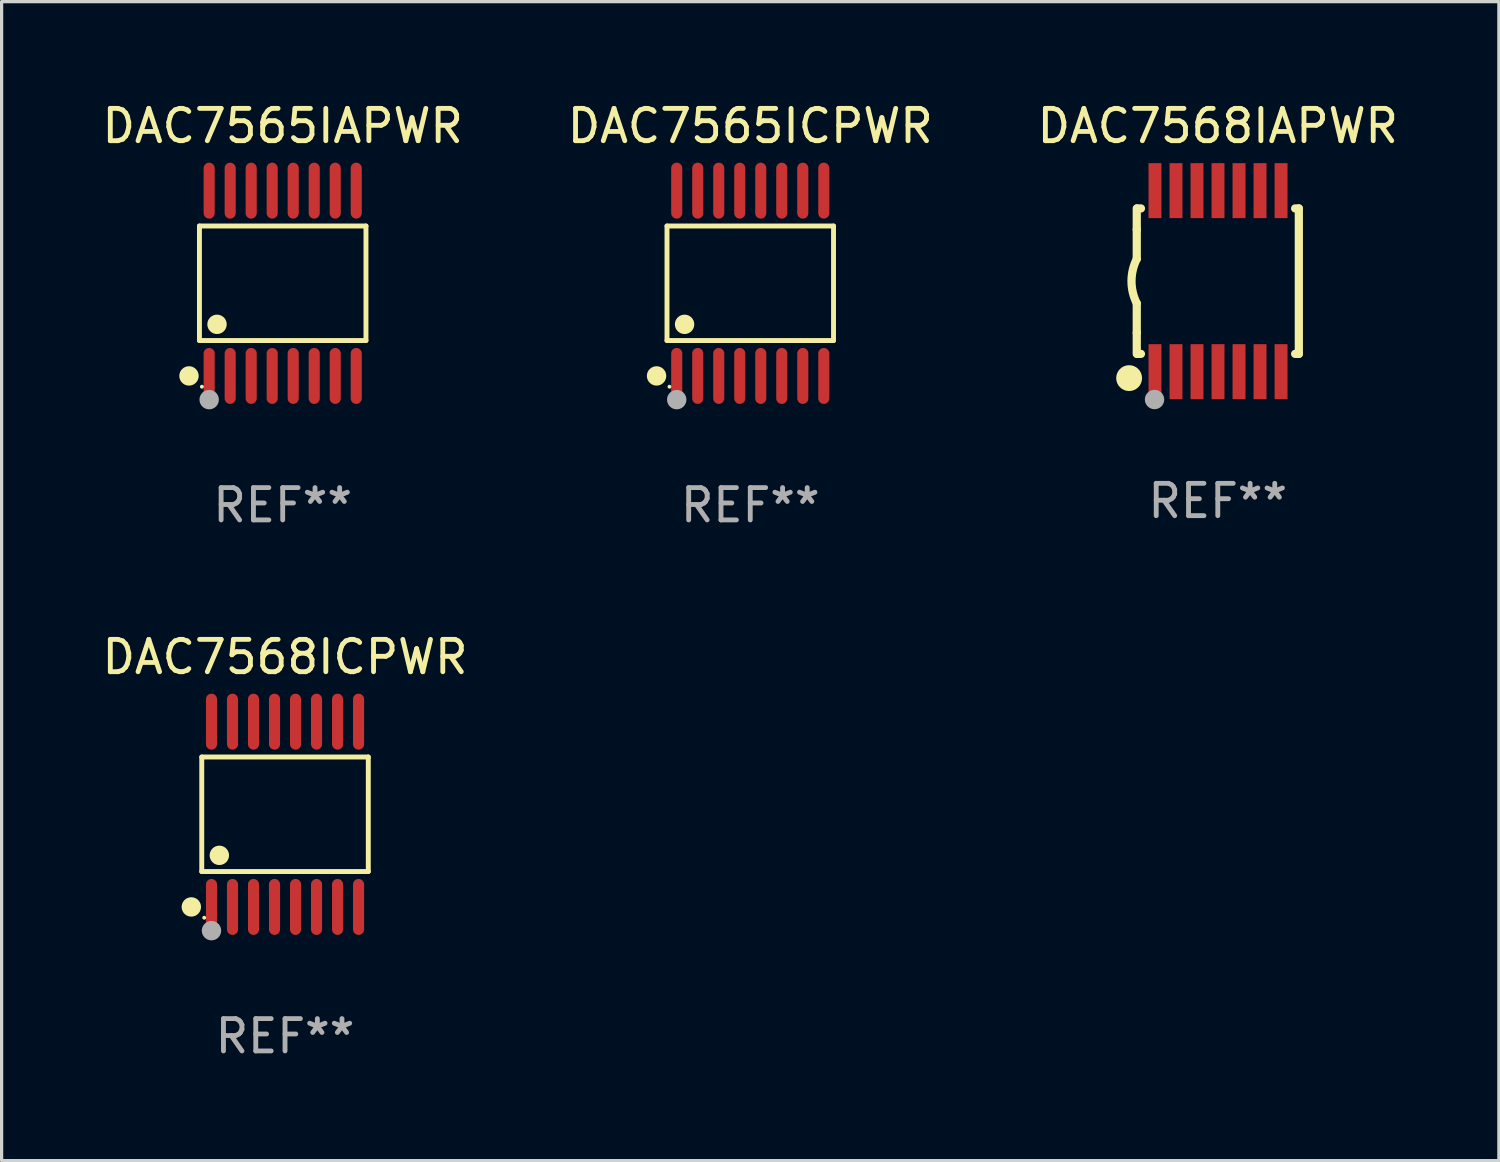
<source format=kicad_pcb>
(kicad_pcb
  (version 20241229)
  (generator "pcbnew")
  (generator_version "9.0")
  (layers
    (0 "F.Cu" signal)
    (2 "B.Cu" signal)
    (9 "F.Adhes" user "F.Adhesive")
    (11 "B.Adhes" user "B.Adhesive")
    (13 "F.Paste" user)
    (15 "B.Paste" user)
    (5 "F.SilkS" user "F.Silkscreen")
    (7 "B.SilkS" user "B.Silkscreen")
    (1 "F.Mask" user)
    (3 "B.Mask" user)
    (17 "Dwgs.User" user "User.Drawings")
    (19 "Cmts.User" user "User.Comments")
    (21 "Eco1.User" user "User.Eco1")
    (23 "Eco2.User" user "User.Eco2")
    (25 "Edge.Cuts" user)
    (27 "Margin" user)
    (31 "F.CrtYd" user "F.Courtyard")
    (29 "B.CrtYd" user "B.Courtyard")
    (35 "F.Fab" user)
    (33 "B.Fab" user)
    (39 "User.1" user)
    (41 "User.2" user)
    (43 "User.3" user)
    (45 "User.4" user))
  (footprint "DAC7568IAPWR"
    (layer "F.Cu")
    (at 34.625 5.648)
    (property "Reference" "DAC7568IAPWR" (at 0 -4.8 0) (layer "F.SilkS") (effects (font (size 1 1) (thickness 0.15))))
    (attr through_hole)
    (fp_line (start -2.507 -1.6) (end -2.507 -2.25) (stroke (width 0.254) (type solid)) (layer "F.SilkS"))
    (fp_line (start -2.507 -0.686) (end -2.507 -1.6) (stroke (width 0.254) (type solid)) (layer "F.SilkS"))
    (fp_line (start -2.507 1.6) (end -2.507 0.686) (stroke (width 0.254) (type solid)) (layer "F.SilkS"))
    (fp_line (start -2.507 1.6) (end -2.507 2.25) (stroke (width 0.254) (type solid)) (layer "F.SilkS"))
    (fp_line (start -2.493 -2.25) (end -2.377 -2.25) (stroke (width 0.254) (type solid)) (layer "F.SilkS"))
    (fp_line (start -2.377 2.25) (end -2.493 2.25) (stroke (width 0.254) (type solid)) (layer "F.SilkS"))
    (fp_line (start 2.392 -2.25) (end 2.507 -2.25) (stroke (width 0.254) (type solid)) (layer "F.SilkS"))
    (fp_line (start 2.507 -2.25) (end 2.507 2.25) (stroke (width 0.254) (type solid)) (layer "F.SilkS"))
    (fp_line (start 2.507 2.25) (end 2.392 2.25) (stroke (width 0.254) (type solid)) (layer "F.SilkS"))
    (fp_arc (start -2.507303 0.685802) (mid -2.669199 0) (end -2.507303 -0.685801) (stroke (width 0.254001) (type solid)) (layer "F.SilkS"))
    (fp_circle (center -2.743 3) (end -2.543 3) (stroke (width 0.4) (type solid)) (fill no) (layer "F.SilkS"))
    (fp_circle (center -2.493 3.2) (end -2.463 3.2) (stroke (width 0.06) (type solid)) (fill no) (layer "F.SilkS"))
    (fp_circle (center -1.957 3.662) (end -1.807 3.662) (stroke (width 0.3) (type solid)) (fill no) (layer "F.Fab"))
    (fp_text user "REF**" (at 0 6.8 0) (layer "F.Fab") (effects (font (size 1 1) (thickness 0.15))))
    (pad "1" smd rect (at -1.943 2.8) (size 0.4 1.7) (layers "F.Cu" "F.Mask" "F.Paste"))
    (pad "2" smd rect (at -1.293 2.8) (size 0.4 1.7) (layers "F.Cu" "F.Mask" "F.Paste"))
    (pad "3" smd rect (at -0.643 2.8) (size 0.4 1.7) (layers "F.Cu" "F.Mask" "F.Paste"))
    (pad "4" smd rect (at 0.007 2.8) (size 0.4 1.7) (layers "F.Cu" "F.Mask" "F.Paste"))
    (pad "5" smd rect (at 0.657 2.8) (size 0.4 1.7) (layers "F.Cu" "F.Mask" "F.Paste"))
    (pad "6" smd rect (at 1.307 2.8) (size 0.4 1.7) (layers "F.Cu" "F.Mask" "F.Paste"))
    (pad "7" smd rect (at 1.957 2.8) (size 0.4 1.7) (layers "F.Cu" "F.Mask" "F.Paste"))
    (pad "8" smd rect (at 1.957 -2.8) (size 0.4 1.7) (layers "F.Cu" "F.Mask" "F.Paste"))
    (pad "9" smd rect (at 1.307 -2.8) (size 0.4 1.7) (layers "F.Cu" "F.Mask" "F.Paste"))
    (pad "10" smd rect (at 0.657 -2.8) (size 0.4 1.7) (layers "F.Cu" "F.Mask" "F.Paste"))
    (pad "11" smd rect (at 0.007 -2.8) (size 0.4 1.7) (layers "F.Cu" "F.Mask" "F.Paste"))
    (pad "12" smd rect (at -0.643 -2.8) (size 0.4 1.7) (layers "F.Cu" "F.Mask" "F.Paste"))
    (pad "13" smd rect (at -1.293 -2.8) (size 0.4 1.7) (layers "F.Cu" "F.Mask" "F.Paste"))
    (pad "14" smd rect (at -1.943 -2.8) (size 0.4 1.7) (layers "F.Cu" "F.Mask" "F.Paste")))
  (footprint "DAC7565ICPWR"
    (layer "F.Cu")
    (at 20.161 5.714)
    (property "Reference" "DAC7565ICPWR" (at 0 -4.866 0) (layer "F.SilkS") (effects (font (size 1 1) (thickness 0.15))))
    (attr through_hole)
    (fp_line (start -2.576 -1.772) (end 2.576 -1.772) (stroke (width 0.152) (type solid)) (layer "F.SilkS"))
    (fp_line (start -2.576 1.771) (end -2.576 -1.772) (stroke (width 0.152) (type solid)) (layer "F.SilkS"))
    (fp_line (start 2.576 -1.772) (end 2.576 1.771) (stroke (width 0.152) (type solid)) (layer "F.SilkS"))
    (fp_line (start 2.576 1.771) (end -2.576 1.771) (stroke (width 0.152) (type solid)) (layer "F.SilkS"))
    (fp_circle (center -2.899 2.866) (end -2.749 2.866) (stroke (width 0.3) (type solid)) (fill no) (layer "F.SilkS"))
    (fp_circle (center -2.5 3.2) (end -2.47 3.2) (stroke (width 0.06) (type solid)) (fill no) (layer "F.SilkS"))
    (fp_circle (center -2.032 1.27) (end -1.882 1.27) (stroke (width 0.3) (type solid)) (fill no) (layer "F.SilkS"))
    (fp_circle (center -2.275 3.6) (end -2.125 3.6) (stroke (width 0.3) (type solid)) (fill no) (layer "F.Fab"))
    (fp_text user "REF**" (at 0 6.866 0) (layer "F.Fab") (effects (font (size 1 1) (thickness 0.15))))
    (pad "1" smd oval (at -2.275 2.866) (size 0.343 1.731) (layers "F.Cu" "F.Mask" "F.Paste"))
    (pad "2" smd oval (at -1.625 2.866) (size 0.343 1.731) (layers "F.Cu" "F.Mask" "F.Paste"))
    (pad "3" smd oval (at -0.975 2.866) (size 0.343 1.731) (layers "F.Cu" "F.Mask" "F.Paste"))
    (pad "4" smd oval (at -0.325 2.866) (size 0.343 1.731) (layers "F.Cu" "F.Mask" "F.Paste"))
    (pad "5" smd oval (at 0.325 2.866) (size 0.343 1.731) (layers "F.Cu" "F.Mask" "F.Paste"))
    (pad "6" smd oval (at 0.975 2.866) (size 0.343 1.731) (layers "F.Cu" "F.Mask" "F.Paste"))
    (pad "7" smd oval (at 1.625 2.866) (size 0.343 1.731) (layers "F.Cu" "F.Mask" "F.Paste"))
    (pad "8" smd oval (at 2.275 2.866) (size 0.343 1.731) (layers "F.Cu" "F.Mask" "F.Paste"))
    (pad "9" smd oval (at 2.275 -2.866) (size 0.343 1.731) (layers "F.Cu" "F.Mask" "F.Paste"))
    (pad "10" smd oval (at 1.625 -2.866) (size 0.343 1.731) (layers "F.Cu" "F.Mask" "F.Paste"))
    (pad "11" smd oval (at 0.975 -2.866) (size 0.343 1.731) (layers "F.Cu" "F.Mask" "F.Paste"))
    (pad "12" smd oval (at 0.325 -2.866) (size 0.343 1.731) (layers "F.Cu" "F.Mask" "F.Paste"))
    (pad "13" smd oval (at -0.325 -2.866) (size 0.343 1.731) (layers "F.Cu" "F.Mask" "F.Paste"))
    (pad "14" smd oval (at -0.975 -2.866) (size 0.343 1.731) (layers "F.Cu" "F.Mask" "F.Paste"))
    (pad "15" smd oval (at -1.625 -2.866) (size 0.343 1.731) (layers "F.Cu" "F.Mask" "F.Paste"))
    (pad "16" smd oval (at -2.275 -2.866) (size 0.343 1.731) (layers "F.Cu" "F.Mask" "F.Paste")))
  (footprint "DAC7565IAPWR"
    (layer "F.Cu")
    (at 5.696 5.714)
    (property "Reference" "DAC7565IAPWR" (at 0 -4.866 0) (layer "F.SilkS") (effects (font (size 1 1) (thickness 0.15))))
    (attr through_hole)
    (fp_line (start -2.576 -1.772) (end 2.576 -1.772) (stroke (width 0.152) (type solid)) (layer "F.SilkS"))
    (fp_line (start -2.576 1.771) (end -2.576 -1.772) (stroke (width 0.152) (type solid)) (layer "F.SilkS"))
    (fp_line (start 2.576 -1.772) (end 2.576 1.771) (stroke (width 0.152) (type solid)) (layer "F.SilkS"))
    (fp_line (start 2.576 1.771) (end -2.576 1.771) (stroke (width 0.152) (type solid)) (layer "F.SilkS"))
    (fp_circle (center -2.899 2.866) (end -2.749 2.866) (stroke (width 0.3) (type solid)) (fill no) (layer "F.SilkS"))
    (fp_circle (center -2.5 3.2) (end -2.47 3.2) (stroke (width 0.06) (type solid)) (fill no) (layer "F.SilkS"))
    (fp_circle (center -2.032 1.27) (end -1.882 1.27) (stroke (width 0.3) (type solid)) (fill no) (layer "F.SilkS"))
    (fp_circle (center -2.275 3.6) (end -2.125 3.6) (stroke (width 0.3) (type solid)) (fill no) (layer "F.Fab"))
    (fp_text user "REF**" (at 0 6.866 0) (layer "F.Fab") (effects (font (size 1 1) (thickness 0.15))))
    (pad "1" smd oval (at -2.275 2.866) (size 0.343 1.731) (layers "F.Cu" "F.Mask" "F.Paste"))
    (pad "2" smd oval (at -1.625 2.866) (size 0.343 1.731) (layers "F.Cu" "F.Mask" "F.Paste"))
    (pad "3" smd oval (at -0.975 2.866) (size 0.343 1.731) (layers "F.Cu" "F.Mask" "F.Paste"))
    (pad "4" smd oval (at -0.325 2.866) (size 0.343 1.731) (layers "F.Cu" "F.Mask" "F.Paste"))
    (pad "5" smd oval (at 0.325 2.866) (size 0.343 1.731) (layers "F.Cu" "F.Mask" "F.Paste"))
    (pad "6" smd oval (at 0.975 2.866) (size 0.343 1.731) (layers "F.Cu" "F.Mask" "F.Paste"))
    (pad "7" smd oval (at 1.625 2.866) (size 0.343 1.731) (layers "F.Cu" "F.Mask" "F.Paste"))
    (pad "8" smd oval (at 2.275 2.866) (size 0.343 1.731) (layers "F.Cu" "F.Mask" "F.Paste"))
    (pad "9" smd oval (at 2.275 -2.866) (size 0.343 1.731) (layers "F.Cu" "F.Mask" "F.Paste"))
    (pad "10" smd oval (at 1.625 -2.866) (size 0.343 1.731) (layers "F.Cu" "F.Mask" "F.Paste"))
    (pad "11" smd oval (at 0.975 -2.866) (size 0.343 1.731) (layers "F.Cu" "F.Mask" "F.Paste"))
    (pad "12" smd oval (at 0.325 -2.866) (size 0.343 1.731) (layers "F.Cu" "F.Mask" "F.Paste"))
    (pad "13" smd oval (at -0.325 -2.866) (size 0.343 1.731) (layers "F.Cu" "F.Mask" "F.Paste"))
    (pad "14" smd oval (at -0.975 -2.866) (size 0.343 1.731) (layers "F.Cu" "F.Mask" "F.Paste"))
    (pad "15" smd oval (at -1.625 -2.866) (size 0.343 1.731) (layers "F.Cu" "F.Mask" "F.Paste"))
    (pad "16" smd oval (at -2.275 -2.866) (size 0.343 1.731) (layers "F.Cu" "F.Mask" "F.Paste")))
  (footprint "DAC7568ICPWR"
    (layer "F.Cu")
    (at 5.768 22.142)
    (property "Reference" "DAC7568ICPWR" (at 0 -4.866 0) (layer "F.SilkS") (effects (font (size 1 1) (thickness 0.15))))
    (attr through_hole)
    (fp_line (start -2.576 -1.772) (end 2.576 -1.772) (stroke (width 0.152) (type solid)) (layer "F.SilkS"))
    (fp_line (start -2.576 1.771) (end -2.576 -1.772) (stroke (width 0.152) (type solid)) (layer "F.SilkS"))
    (fp_line (start 2.576 -1.772) (end 2.576 1.771) (stroke (width 0.152) (type solid)) (layer "F.SilkS"))
    (fp_line (start 2.576 1.771) (end -2.576 1.771) (stroke (width 0.152) (type solid)) (layer "F.SilkS"))
    (fp_circle (center -2.899 2.866) (end -2.749 2.866) (stroke (width 0.3) (type solid)) (fill no) (layer "F.SilkS"))
    (fp_circle (center -2.5 3.2) (end -2.47 3.2) (stroke (width 0.06) (type solid)) (fill no) (layer "F.SilkS"))
    (fp_circle (center -2.032 1.27) (end -1.882 1.27) (stroke (width 0.3) (type solid)) (fill no) (layer "F.SilkS"))
    (fp_circle (center -2.275 3.6) (end -2.125 3.6) (stroke (width 0.3) (type solid)) (fill no) (layer "F.Fab"))
    (fp_text user "REF**" (at 0 6.866 0) (layer "F.Fab") (effects (font (size 1 1) (thickness 0.15))))
    (pad "1" smd oval (at -2.275 2.866) (size 0.343 1.731) (layers "F.Cu" "F.Mask" "F.Paste"))
    (pad "2" smd oval (at -1.625 2.866) (size 0.343 1.731) (layers "F.Cu" "F.Mask" "F.Paste"))
    (pad "3" smd oval (at -0.975 2.866) (size 0.343 1.731) (layers "F.Cu" "F.Mask" "F.Paste"))
    (pad "4" smd oval (at -0.325 2.866) (size 0.343 1.731) (layers "F.Cu" "F.Mask" "F.Paste"))
    (pad "5" smd oval (at 0.325 2.866) (size 0.343 1.731) (layers "F.Cu" "F.Mask" "F.Paste"))
    (pad "6" smd oval (at 0.975 2.866) (size 0.343 1.731) (layers "F.Cu" "F.Mask" "F.Paste"))
    (pad "7" smd oval (at 1.625 2.866) (size 0.343 1.731) (layers "F.Cu" "F.Mask" "F.Paste"))
    (pad "8" smd oval (at 2.275 2.866) (size 0.343 1.731) (layers "F.Cu" "F.Mask" "F.Paste"))
    (pad "9" smd oval (at 2.275 -2.866) (size 0.343 1.731) (layers "F.Cu" "F.Mask" "F.Paste"))
    (pad "10" smd oval (at 1.625 -2.866) (size 0.343 1.731) (layers "F.Cu" "F.Mask" "F.Paste"))
    (pad "11" smd oval (at 0.975 -2.866) (size 0.343 1.731) (layers "F.Cu" "F.Mask" "F.Paste"))
    (pad "12" smd oval (at 0.325 -2.866) (size 0.343 1.731) (layers "F.Cu" "F.Mask" "F.Paste"))
    (pad "13" smd oval (at -0.325 -2.866) (size 0.343 1.731) (layers "F.Cu" "F.Mask" "F.Paste"))
    (pad "14" smd oval (at -0.975 -2.866) (size 0.343 1.731) (layers "F.Cu" "F.Mask" "F.Paste"))
    (pad "15" smd oval (at -1.625 -2.866) (size 0.343 1.731) (layers "F.Cu" "F.Mask" "F.Paste"))
    (pad "16" smd oval (at -2.275 -2.866) (size 0.343 1.731) (layers "F.Cu" "F.Mask" "F.Paste")))
  (gr_rect
    (start -3 -3)
    (end 43.321 32.856)
    (stroke (width 0.1) (type default))
    (fill no)
    (layer "Edge.Cuts")))
</source>
